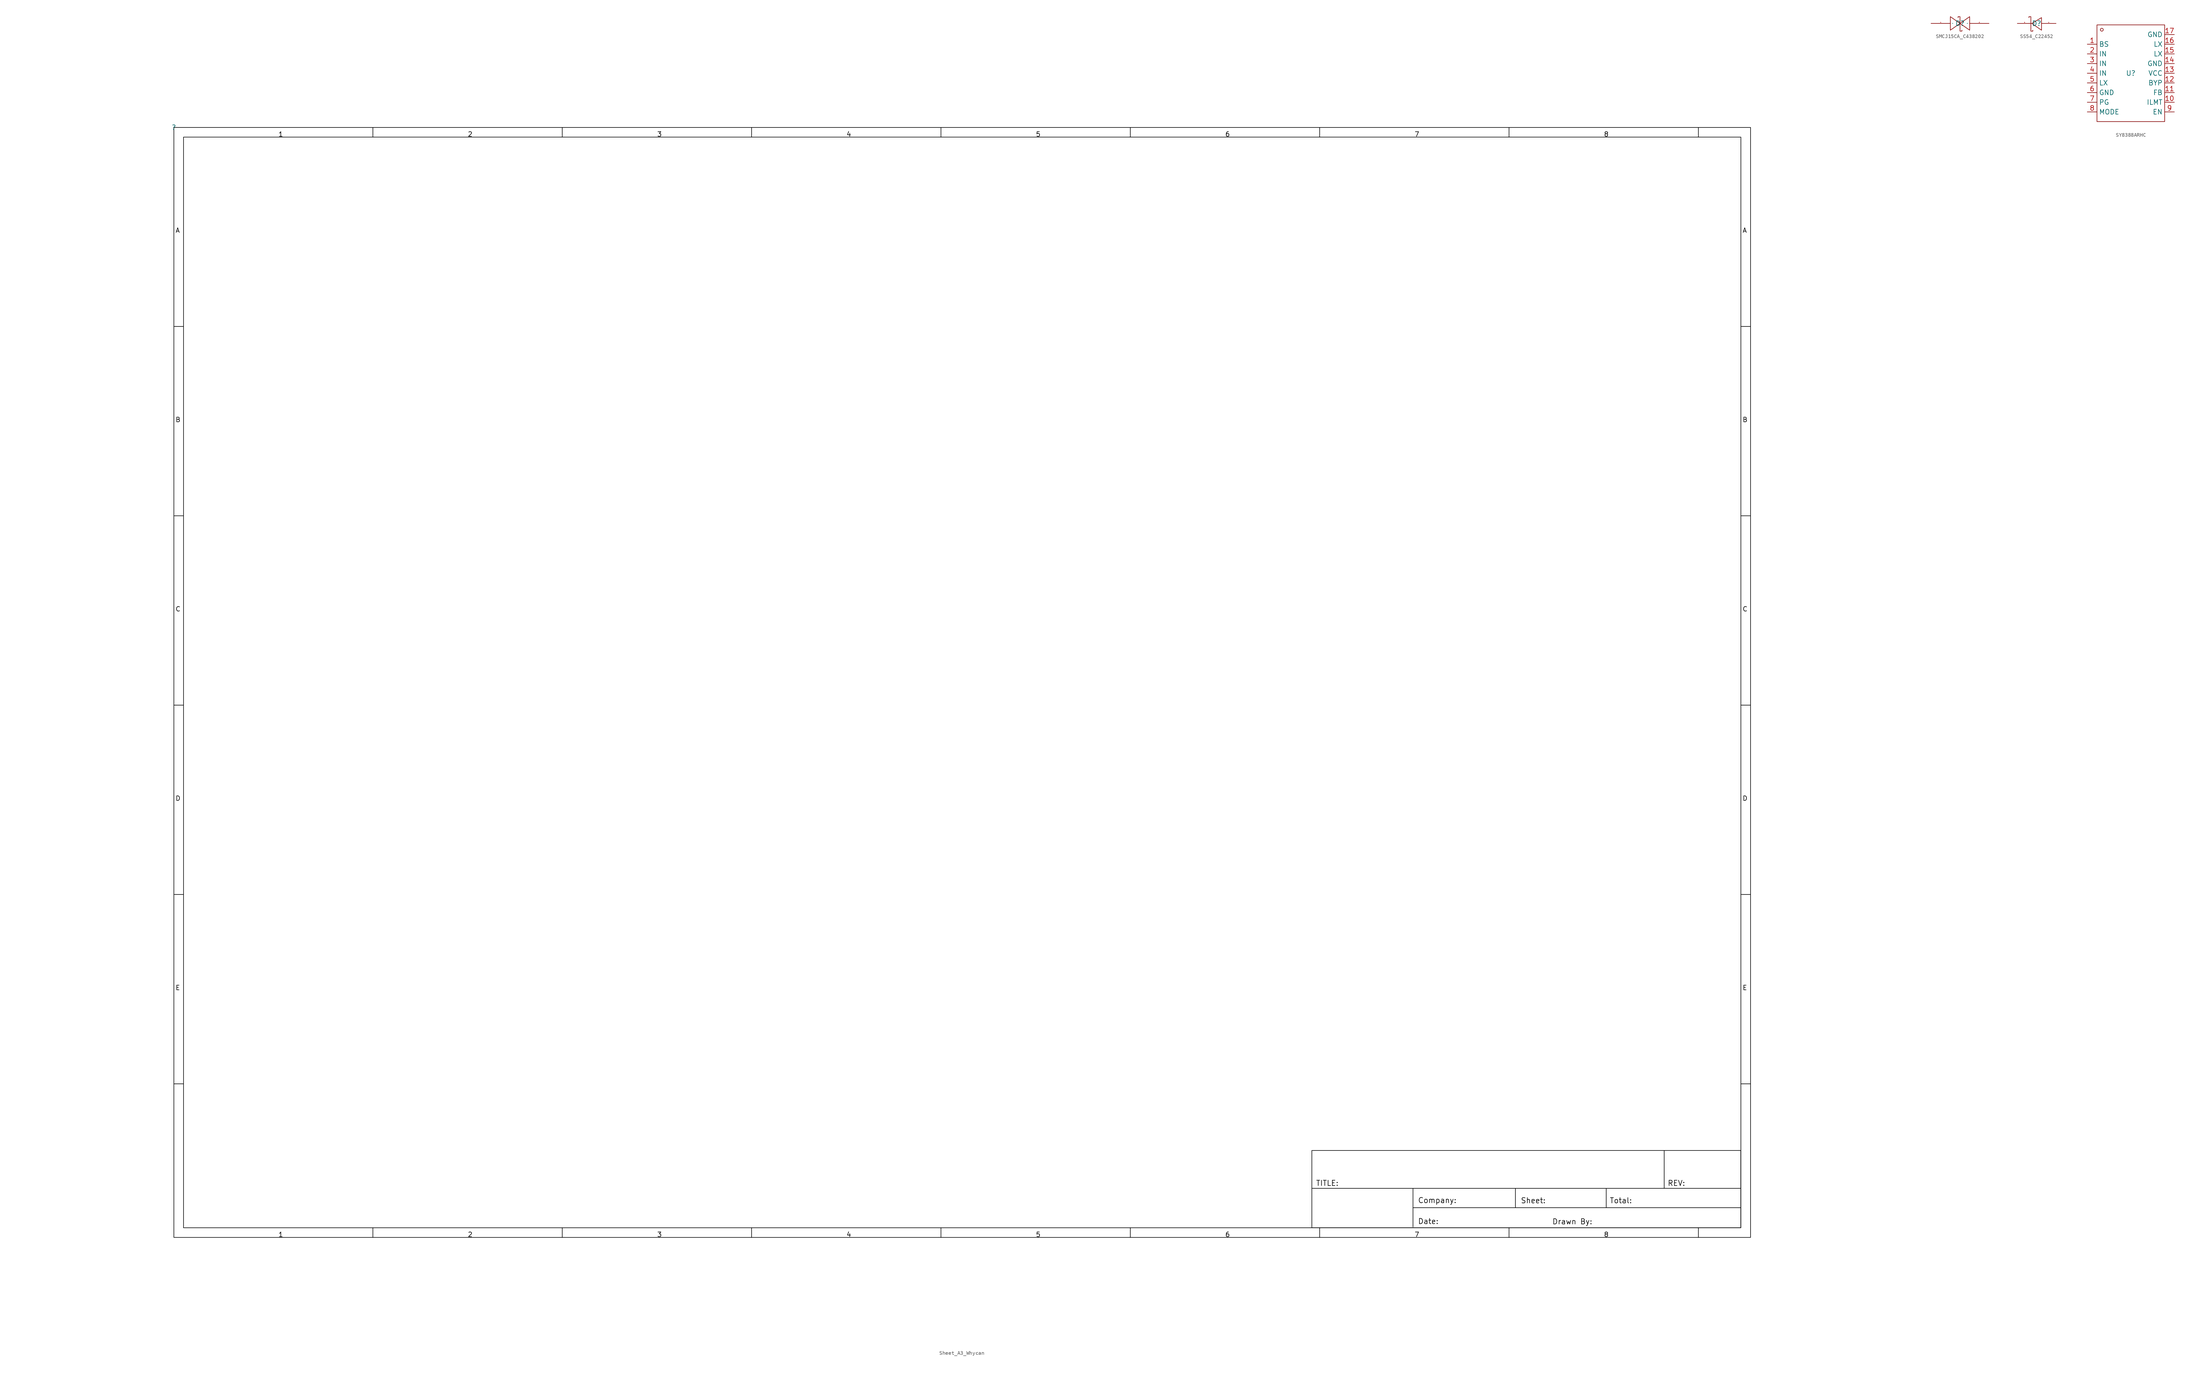
<source format=kicad_sym>
(kicad_symbol_lib
  (version 20231120)
  (generator "kicad_symbol_editor")
  (generator_version "8.0")
  (symbol "Sheet_A3_Whycan"
    (property "Reference" ""
      (at 0 0 0)
      (effects (font (size 1.27 1.27))))
    (property "Value" ""
      (at 0 0 0)
      (effects (font (size 1.27 1.27))))
    (symbol "Sheet_A3_Whycan_1_0"
      (polyline (pts (xy 2.54 -251.46) (xy 0 -251.46)) (stroke (width 0) (type default) (color 0 0 0 1)) (fill (type none)))
      (polyline (pts (xy 2.54 -201.676) (xy 0 -201.676)) (stroke (width 0) (type default) (color 0 0 0 1)) (fill (type none)))
      (polyline (pts (xy 2.54 -151.892) (xy 0 -151.892)) (stroke (width 0) (type default) (color 0 0 0 1)) (fill (type none)))
      (polyline (pts (xy 2.54 -102.108) (xy 0 -102.108)) (stroke (width 0) (type default) (color 0 0 0 1)) (fill (type none)))
      (polyline (pts (xy 2.54 -52.324) (xy 0 -52.324)) (stroke (width 0) (type default) (color 0 0 0 1)) (fill (type none)))
      (polyline (pts (xy 52.324 -289.306) (xy 52.324 -291.846)) (stroke (width 0) (type default) (color 0 0 0 1)) (fill (type none)))
      (polyline (pts (xy 52.324 -2.54) (xy 52.324 0)) (stroke (width 0) (type default) (color 0 0 0 1)) (fill (type none)))
      (polyline (pts (xy 102.108 -289.306) (xy 102.108 -291.846)) (stroke (width 0) (type default) (color 0 0 0 1)) (fill (type none)))
      (polyline (pts (xy 102.108 -2.54) (xy 102.108 0)) (stroke (width 0) (type default) (color 0 0 0 1)) (fill (type none)))
      (polyline (pts (xy 151.892 -289.306) (xy 151.892 -291.846)) (stroke (width 0) (type default) (color 0 0 0 1)) (fill (type none)))
      (polyline (pts (xy 151.892 -2.54) (xy 151.892 0)) (stroke (width 0) (type default) (color 0 0 0 1)) (fill (type none)))
      (polyline (pts (xy 201.676 -289.306) (xy 201.676 -291.846)) (stroke (width 0) (type default) (color 0 0 0 1)) (fill (type none)))
      (polyline (pts (xy 201.676 -2.54) (xy 201.676 0)) (stroke (width 0) (type default) (color 0 0 0 1)) (fill (type none)))
      (polyline (pts (xy 251.46 -289.306) (xy 251.46 -291.846)) (stroke (width 0) (type default) (color 0 0 0 1)) (fill (type none)))
      (polyline (pts (xy 251.46 -2.54) (xy 251.46 0)) (stroke (width 0) (type default) (color 0 0 0 1)) (fill (type none)))
      (polyline (pts (xy 299.237 -278.943) (xy 411.886 -278.943)) (stroke (width 0) (type default) (color 0 0 0 1)) (fill (type none)))
      (polyline (pts (xy 301.244 -289.306) (xy 301.244 -291.846)) (stroke (width 0) (type default) (color 0 0 0 1)) (fill (type none)))
      (polyline (pts (xy 301.244 -2.54) (xy 301.244 0)) (stroke (width 0) (type default) (color 0 0 0 1)) (fill (type none)))
      (polyline (pts (xy 325.78 -284.023) (xy 411.886 -284.023)) (stroke (width 0) (type default) (color 0 0 0 1)) (fill (type none)))
      (polyline (pts (xy 325.78 -278.943) (xy 325.78 -289.103)) (stroke (width 0) (type default) (color 0 0 0 1)) (fill (type none)))
      (polyline (pts (xy 351.028 -289.306) (xy 351.028 -291.846)) (stroke (width 0) (type default) (color 0 0 0 1)) (fill (type none)))
      (polyline (pts (xy 351.028 -2.54) (xy 351.028 0)) (stroke (width 0) (type default) (color 0 0 0 1)) (fill (type none)))
      (polyline (pts (xy 352.704 -278.943) (xy 352.704 -284.023)) (stroke (width 0) (type default) (color 0 0 0 1)) (fill (type none)))
      (polyline (pts (xy 376.58 -278.943) (xy 376.58 -284.023)) (stroke (width 0) (type default) (color 0 0 0 1)) (fill (type none)))
      (polyline (pts (xy 391.82 -268.986) (xy 391.82 -278.943)) (stroke (width 0) (type default) (color 0 0 0 1)) (fill (type none)))
      (polyline (pts (xy 400.812 -289.306) (xy 400.812 -291.846)) (stroke (width 0) (type default) (color 0 0 0 1)) (fill (type none)))
      (polyline (pts (xy 400.812 -2.54) (xy 400.812 0)) (stroke (width 0) (type default) (color 0 0 0 1)) (fill (type none)))
      (polyline (pts (xy 411.988 -251.46) (xy 414.528 -251.46)) (stroke (width 0) (type default) (color 0 0 0 1)) (fill (type none)))
      (polyline (pts (xy 411.988 -201.676) (xy 414.528 -201.676)) (stroke (width 0) (type default) (color 0 0 0 1)) (fill (type none)))
      (polyline (pts (xy 411.988 -151.892) (xy 414.528 -151.892)) (stroke (width 0) (type default) (color 0 0 0 1)) (fill (type none)))
      (polyline (pts (xy 411.988 -102.108) (xy 414.528 -102.108)) (stroke (width 0) (type default) (color 0 0 0 1)) (fill (type none)))
      (polyline (pts (xy 411.988 -52.324) (xy 414.528 -52.324)) (stroke (width 0) (type default) (color 0 0 0 1)) (fill (type none)))
      (rectangle (start 0 0) (end 414.528 -291.846) (stroke (width 0) (type default) (color 0 0 0 1)) (fill (type none)))
      (rectangle (start 2.54 -2.54) (end 411.988 -289.306) (stroke (width 0) (type default) (color 0 0 0 1)) (fill (type none)))
      (rectangle (start 299.187 -268.986) (end 411.963 -289.306) (stroke (width 0) (type default) (color 0 0 0 1)) (fill (type none)))
      (text "1" (at 27.432 -291.795 0) (effects (font (size 1.219 1.219) (color 0 0 0 1)) (justify left bottom)))
      (text "1" (at 27.432 -2.489 0) (effects (font (size 1.219 1.219) (color 0 0 0 1)) (justify left bottom)))
      (text "2" (at 77.216 -291.795 0) (effects (font (size 1.219 1.219) (color 0 0 0 1)) (justify left bottom)))
      (text "2" (at 77.216 -2.489 0) (effects (font (size 1.219 1.219) (color 0 0 0 1)) (justify left bottom)))
      (text "3" (at 127 -291.795 0) (effects (font (size 1.219 1.219) (color 0 0 0 1)) (justify left bottom)))
      (text "3" (at 127 -2.489 0) (effects (font (size 1.219 1.219) (color 0 0 0 1)) (justify left bottom)))
      (text "4" (at 176.784 -291.795 0) (effects (font (size 1.219 1.219) (color 0 0 0 1)) (justify left bottom)))
      (text "4" (at 176.784 -2.489 0) (effects (font (size 1.219 1.219) (color 0 0 0 1)) (justify left bottom)))
      (text "5" (at 226.568 -291.795 0) (effects (font (size 1.219 1.219) (color 0 0 0 1)) (justify left bottom)))
      (text "5" (at 226.568 -2.489 0) (effects (font (size 1.219 1.219) (color 0 0 0 1)) (justify left bottom)))
      (text "6" (at 276.352 -291.795 0) (effects (font (size 1.219 1.219) (color 0 0 0 1)) (justify left bottom)))
      (text "6" (at 276.352 -2.489 0) (effects (font (size 1.219 1.219) (color 0 0 0 1)) (justify left bottom)))
      (text "7" (at 326.136 -291.795 0) (effects (font (size 1.219 1.219) (color 0 0 0 1)) (justify left bottom)))
      (text "7" (at 326.136 -2.489 0) (effects (font (size 1.219 1.219) (color 0 0 0 1)) (justify left bottom)))
      (text "8" (at 375.92 -291.795 0) (effects (font (size 1.219 1.219) (color 0 0 0 1)) (justify left bottom)))
      (text "8" (at 375.92 -2.489 0) (effects (font (size 1.219 1.219) (color 0 0 0 1)) (justify left bottom)))
      (text "A" (at 0.381 -27.762 0) (effects (font (size 1.219 1.219) (color 0 0 0 1)) (justify left bottom)))
      (text "A" (at 412.369 -27.762 0) (effects (font (size 1.219 1.219) (color 0 0 0 1)) (justify left bottom)))
      (text "B" (at 0.381 -77.546 0) (effects (font (size 1.219 1.219) (color 0 0 0 1)) (justify left bottom)))
      (text "B" (at 412.369 -77.546 0) (effects (font (size 1.219 1.219) (color 0 0 0 1)) (justify left bottom)))
      (text "C" (at 0.381 -127.33 0) (effects (font (size 1.219 1.219) (color 0 0 0 1)) (justify left bottom)))
      (text "C" (at 412.369 -127.33 0) (effects (font (size 1.219 1.219) (color 0 0 0 1)) (justify left bottom)))
      (text "Company:" (at 327.05 -282.905 0) (effects (font (size 1.397 1.397) (color 0 0 0 1)) (justify left bottom)))
      (text "D" (at 0.381 -177.114 0) (effects (font (size 1.219 1.219) (color 0 0 0 1)) (justify left bottom)))
      (text "D" (at 412.369 -177.114 0) (effects (font (size 1.219 1.219) (color 0 0 0 1)) (justify left bottom)))
      (text "Date:" (at 327.05 -288.417 0) (effects (font (size 1.397 1.397) (color 0 0 0 1)) (justify left bottom)))
      (text "Drawn By:" (at 362.356 -288.493 0) (effects (font (size 1.397 1.397) (color 0 0 0 1)) (justify left bottom)))
      (text "E" (at 0.381 -226.898 0) (effects (font (size 1.219 1.219) (color 0 0 0 1)) (justify left bottom)))
      (text "E" (at 412.369 -226.898 0) (effects (font (size 1.219 1.219) (color 0 0 0 1)) (justify left bottom)))
      (text "REV:" (at 392.684 -278.384 0) (effects (font (size 1.397 1.397) (color 0 0 0 1)) (justify left bottom)))
      (text "Sheet:" (at 354.076 -282.956 0) (effects (font (size 1.397 1.397) (color 0 0 0 1)) (justify left bottom)))
      (text "TITLE:" (at 300.228 -278.384 0) (effects (font (size 1.397 1.397) (color 0 0 0 1)) (justify left bottom)))
      (text "Total:" (at 377.444 -282.956 0) (effects (font (size 1.397 1.397) (color 0 0 0 1)) (justify left bottom)))))
  (symbol "SMCJ15CA_C438202"
    (property "Reference" "D"
      (at 0 0 0)
      (effects (font (size 1.27 1.27))))
    (property "Value" ""
      (at 0 0 0)
      (effects (font (size 1.27 1.27))))
    (symbol "SMCJ15CA_C438202_1_0"
      (polyline (pts (xy -2.54 -1.778) (xy 0 0) (xy 0 0) (xy -2.54 1.778) (xy -2.54 1.778) (xy -2.54 -1.778)) (stroke (width 0) (type default)) (fill (type none)))
      (polyline (pts (xy 2.54 1.778) (xy 0 0) (xy 0 0) (xy 2.54 -1.778) (xy 2.54 -1.778) (xy 2.54 1.778)) (stroke (width 0) (type default)) (fill (type none)))
      (polyline (pts (xy -0.508 1.524) (xy -0.508 1.778) (xy -0.508 1.778) (xy 0 1.778) (xy 0 1.778) (xy 0 -2.032) (xy 0 -2.032) (xy 0.508 -2.032) (xy 0.508 -2.032) (xy 0.508 -1.778)) (stroke (width 0) (type default)) (fill (type none)))
      (pin unspecified line (at -7.62 0 0) (length 5.08) (name "1" (effects (font (size 0.025 0.025)))) (number "1" (effects (font (size 0.025 0.025)))))
      (pin unspecified line (at 7.62 0 180) (length 5.08) (name "2" (effects (font (size 0.025 0.025)))) (number "2" (effects (font (size 0.025 0.025)))))))
  (symbol "SS54_C22452"
    (property "Reference" "D"
      (at 0 0 0)
      (effects (font (size 1.27 1.27))))
    (property "Value" ""
      (at 0 0 0)
      (effects (font (size 1.27 1.27))))
    (symbol "SS54_C22452_1_0"
      (polyline (pts (xy 1.27 1.524) (xy -1.27 0) (xy -1.27 0) (xy 1.27 -1.778) (xy 1.27 -1.778) (xy 1.27 1.524)) (stroke (width 0) (type default)) (fill (type none)))
      (polyline (pts (xy -2.032 1.524) (xy -2.032 1.778) (xy -2.032 1.778) (xy -1.524 1.778) (xy -1.524 1.778) (xy -1.524 -2.032) (xy -1.524 -2.032) (xy -1.016 -2.032) (xy -1.016 -2.032) (xy -1.016 -1.778)) (stroke (width 0) (type default)) (fill (type none)))
      (pin unspecified line (at 5.08 0 180) (length 3.81) (name "A" (effects (font (size 0.025 0.025)))) (number "1" (effects (font (size 0.025 0.025)))))
      (pin unspecified line (at -5.08 0 0) (length 3.81) (name "K" (effects (font (size 0.025 0.025)))) (number "2" (effects (font (size 0.025 0.025)))))))
  (symbol "SY8388ARHC"
    (property "Reference" "U"
      (at 0 0 0)
      (effects (font (size 1.27 1.27))))
    (property "Value" ""
      (at 0 0 0)
      (effects (font (size 1.27 1.27))))
    (symbol "SY8388ARHC_1_0"
      (rectangle (start -8.89 -12.7) (end 8.89 12.7) (stroke (width 0) (type default)) (fill (type none)))
      (circle (center -7.62 11.43) (radius 0.381) (stroke (width 0) (type default)) (fill (type none)))
      (pin unspecified line (at -11.43 7.62 0) (length 2.54) (name "BS" (effects (font (size 1.27 1.27)))) (number "1" (effects (font (size 1.27 1.27)))))
      (pin unspecified line (at 11.43 -7.62 180) (length 2.54) (name "ILMT" (effects (font (size 1.27 1.27)))) (number "10" (effects (font (size 1.27 1.27)))))
      (pin unspecified line (at 11.43 -5.08 180) (length 2.54) (name "FB" (effects (font (size 1.27 1.27)))) (number "11" (effects (font (size 1.27 1.27)))))
      (pin unspecified line (at 11.43 -2.54 180) (length 2.54) (name "BYP" (effects (font (size 1.27 1.27)))) (number "12" (effects (font (size 1.27 1.27)))))
      (pin unspecified line (at 11.43 0 180) (length 2.54) (name "VCC" (effects (font (size 1.27 1.27)))) (number "13" (effects (font (size 1.27 1.27)))))
      (pin unspecified line (at 11.43 2.54 180) (length 2.54) (name "GND" (effects (font (size 1.27 1.27)))) (number "14" (effects (font (size 1.27 1.27)))))
      (pin unspecified line (at 11.43 5.08 180) (length 2.54) (name "LX" (effects (font (size 1.27 1.27)))) (number "15" (effects (font (size 1.27 1.27)))))
      (pin unspecified line (at 11.43 7.62 180) (length 2.54) (name "LX" (effects (font (size 1.27 1.27)))) (number "16" (effects (font (size 1.27 1.27)))))
      (pin unspecified line (at 11.43 10.16 180) (length 2.54) (name "GND" (effects (font (size 1.27 1.27)))) (number "17" (effects (font (size 1.27 1.27)))))
      (pin unspecified line (at -11.43 5.08 0) (length 2.54) (name "IN" (effects (font (size 1.27 1.27)))) (number "2" (effects (font (size 1.27 1.27)))))
      (pin unspecified line (at -11.43 2.54 0) (length 2.54) (name "IN" (effects (font (size 1.27 1.27)))) (number "3" (effects (font (size 1.27 1.27)))))
      (pin unspecified line (at -11.43 0 0) (length 2.54) (name "IN" (effects (font (size 1.27 1.27)))) (number "4" (effects (font (size 1.27 1.27)))))
      (pin unspecified line (at -11.43 -2.54 0) (length 2.54) (name "LX" (effects (font (size 1.27 1.27)))) (number "5" (effects (font (size 1.27 1.27)))))
      (pin unspecified line (at -11.43 -5.08 0) (length 2.54) (name "GND" (effects (font (size 1.27 1.27)))) (number "6" (effects (font (size 1.27 1.27)))))
      (pin unspecified line (at -11.43 -7.62 0) (length 2.54) (name "PG" (effects (font (size 1.27 1.27)))) (number "7" (effects (font (size 1.27 1.27)))))
      (pin unspecified line (at -11.43 -10.16 0) (length 2.54) (name "MODE" (effects (font (size 1.27 1.27)))) (number "8" (effects (font (size 1.27 1.27)))))
      (pin unspecified line (at 11.43 -10.16 180) (length 2.54) (name "EN" (effects (font (size 1.27 1.27)))) (number "9" (effects (font (size 1.27 1.27))))))))
</source>
